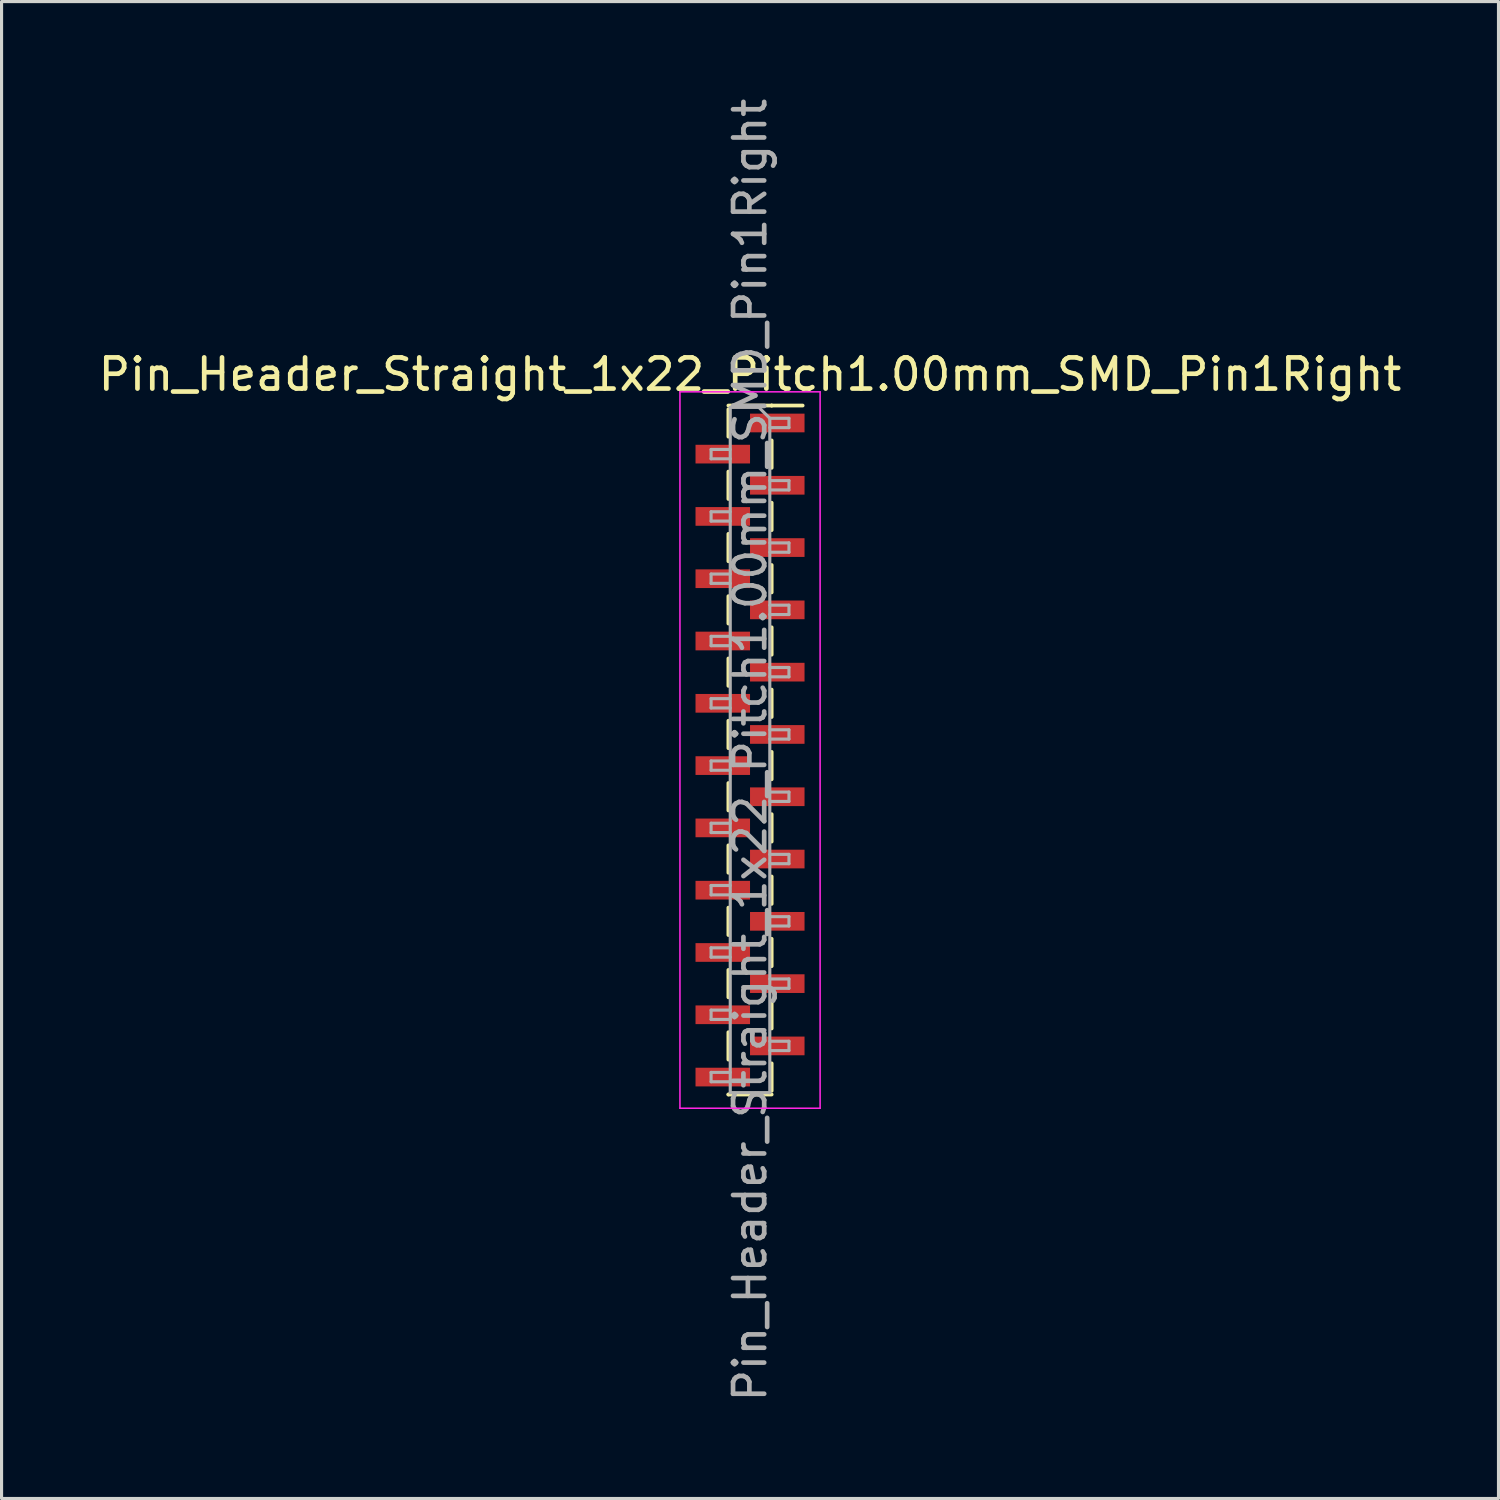
<source format=kicad_pcb>
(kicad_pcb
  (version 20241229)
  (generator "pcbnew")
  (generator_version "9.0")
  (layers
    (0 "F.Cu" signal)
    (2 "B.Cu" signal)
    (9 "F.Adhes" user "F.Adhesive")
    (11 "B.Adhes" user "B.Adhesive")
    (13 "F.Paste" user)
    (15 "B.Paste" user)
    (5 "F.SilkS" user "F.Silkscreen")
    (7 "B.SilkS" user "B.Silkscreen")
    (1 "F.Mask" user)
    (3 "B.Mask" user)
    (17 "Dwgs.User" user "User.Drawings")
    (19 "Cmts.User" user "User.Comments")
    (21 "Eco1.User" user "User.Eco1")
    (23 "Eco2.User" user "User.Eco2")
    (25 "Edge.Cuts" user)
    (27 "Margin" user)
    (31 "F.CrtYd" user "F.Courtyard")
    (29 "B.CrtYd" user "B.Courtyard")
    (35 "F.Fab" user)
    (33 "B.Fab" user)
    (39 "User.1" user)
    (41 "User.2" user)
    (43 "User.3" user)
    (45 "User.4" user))
  (footprint "Pin_Header_Straight_1x22_Pitch1.00mm_SMD_Pin1Right"
    (layer "F.Cu")
    (at 21.03 21.03)
    (property "Reference" "Pin_Header_Straight_1x22_Pitch1.00mm_SMD_Pin1Right" (at 0 -12.06 0) (layer "F.SilkS") (effects (font (size 1 1) (thickness 0.15))))
    (attr smd)
    (fp_line (start -0.695 -11.06) (end 0.695 -11.06) (stroke (width 0.12) (type solid)) (layer "F.SilkS"))
    (fp_line (start -0.695 -10.94) (end -0.695 -10.06) (stroke (width 0.12) (type solid)) (layer "F.SilkS"))
    (fp_line (start -0.695 -8.94) (end -0.695 -8.06) (stroke (width 0.12) (type solid)) (layer "F.SilkS"))
    (fp_line (start -0.695 -6.94) (end -0.695 -6.06) (stroke (width 0.12) (type solid)) (layer "F.SilkS"))
    (fp_line (start -0.695 -4.94) (end -0.695 -4.06) (stroke (width 0.12) (type solid)) (layer "F.SilkS"))
    (fp_line (start -0.695 -2.94) (end -0.695 -2.06) (stroke (width 0.12) (type solid)) (layer "F.SilkS"))
    (fp_line (start -0.695 -0.94) (end -0.695 -0.06) (stroke (width 0.12) (type solid)) (layer "F.SilkS"))
    (fp_line (start -0.695 1.06) (end -0.695 1.94) (stroke (width 0.12) (type solid)) (layer "F.SilkS"))
    (fp_line (start -0.695 3.06) (end -0.695 3.94) (stroke (width 0.12) (type solid)) (layer "F.SilkS"))
    (fp_line (start -0.695 5.06) (end -0.695 5.94) (stroke (width 0.12) (type solid)) (layer "F.SilkS"))
    (fp_line (start -0.695 7.06) (end -0.695 7.94) (stroke (width 0.12) (type solid)) (layer "F.SilkS"))
    (fp_line (start -0.695 9.06) (end -0.695 9.94) (stroke (width 0.12) (type solid)) (layer "F.SilkS"))
    (fp_line (start -0.695 11.06) (end -0.695 11.06) (stroke (width 0.12) (type solid)) (layer "F.SilkS"))
    (fp_line (start -0.695 11.06) (end 0.695 11.06) (stroke (width 0.12) (type solid)) (layer "F.SilkS"))
    (fp_line (start 0.695 -11.06) (end 0.695 -11.06) (stroke (width 0.12) (type solid)) (layer "F.SilkS"))
    (fp_line (start 0.695 -11.06) (end 1.69 -11.06) (stroke (width 0.12) (type solid)) (layer "F.SilkS"))
    (fp_line (start 0.695 -9.94) (end 0.695 -9.06) (stroke (width 0.12) (type solid)) (layer "F.SilkS"))
    (fp_line (start 0.695 -7.94) (end 0.695 -7.06) (stroke (width 0.12) (type solid)) (layer "F.SilkS"))
    (fp_line (start 0.695 -5.94) (end 0.695 -5.06) (stroke (width 0.12) (type solid)) (layer "F.SilkS"))
    (fp_line (start 0.695 -3.94) (end 0.695 -3.06) (stroke (width 0.12) (type solid)) (layer "F.SilkS"))
    (fp_line (start 0.695 -1.94) (end 0.695 -1.06) (stroke (width 0.12) (type solid)) (layer "F.SilkS"))
    (fp_line (start 0.695 0.06) (end 0.695 0.94) (stroke (width 0.12) (type solid)) (layer "F.SilkS"))
    (fp_line (start 0.695 2.06) (end 0.695 2.94) (stroke (width 0.12) (type solid)) (layer "F.SilkS"))
    (fp_line (start 0.695 4.06) (end 0.695 4.94) (stroke (width 0.12) (type solid)) (layer "F.SilkS"))
    (fp_line (start 0.695 6.06) (end 0.695 6.94) (stroke (width 0.12) (type solid)) (layer "F.SilkS"))
    (fp_line (start 0.695 8.06) (end 0.695 8.94) (stroke (width 0.12) (type solid)) (layer "F.SilkS"))
    (fp_line (start 0.695 10.06) (end 0.695 10.94) (stroke (width 0.12) (type solid)) (layer "F.SilkS"))
    (fp_line (start -2.25 -11.5) (end -2.25 11.5) (stroke (width 0.05) (type solid)) (layer "F.CrtYd"))
    (fp_line (start -2.25 11.5) (end 2.25 11.5) (stroke (width 0.05) (type solid)) (layer "F.CrtYd"))
    (fp_line (start 2.25 -11.5) (end -2.25 -11.5) (stroke (width 0.05) (type solid)) (layer "F.CrtYd"))
    (fp_line (start 2.25 11.5) (end 2.25 -11.5) (stroke (width 0.05) (type solid)) (layer "F.CrtYd"))
    (fp_line (start -1.25 -9.65) (end -1.25 -9.35) (stroke (width 0.1) (type solid)) (layer "F.Fab"))
    (fp_line (start -1.25 -9.35) (end -0.635 -9.35) (stroke (width 0.1) (type solid)) (layer "F.Fab"))
    (fp_line (start -1.25 -7.65) (end -1.25 -7.35) (stroke (width 0.1) (type solid)) (layer "F.Fab"))
    (fp_line (start -1.25 -7.35) (end -0.635 -7.35) (stroke (width 0.1) (type solid)) (layer "F.Fab"))
    (fp_line (start -1.25 -5.65) (end -1.25 -5.35) (stroke (width 0.1) (type solid)) (layer "F.Fab"))
    (fp_line (start -1.25 -5.35) (end -0.635 -5.35) (stroke (width 0.1) (type solid)) (layer "F.Fab"))
    (fp_line (start -1.25 -3.65) (end -1.25 -3.35) (stroke (width 0.1) (type solid)) (layer "F.Fab"))
    (fp_line (start -1.25 -3.35) (end -0.635 -3.35) (stroke (width 0.1) (type solid)) (layer "F.Fab"))
    (fp_line (start -1.25 -1.65) (end -1.25 -1.35) (stroke (width 0.1) (type solid)) (layer "F.Fab"))
    (fp_line (start -1.25 -1.35) (end -0.635 -1.35) (stroke (width 0.1) (type solid)) (layer "F.Fab"))
    (fp_line (start -1.25 0.35) (end -1.25 0.65) (stroke (width 0.1) (type solid)) (layer "F.Fab"))
    (fp_line (start -1.25 0.65) (end -0.635 0.65) (stroke (width 0.1) (type solid)) (layer "F.Fab"))
    (fp_line (start -1.25 2.35) (end -1.25 2.65) (stroke (width 0.1) (type solid)) (layer "F.Fab"))
    (fp_line (start -1.25 2.65) (end -0.635 2.65) (stroke (width 0.1) (type solid)) (layer "F.Fab"))
    (fp_line (start -1.25 4.35) (end -1.25 4.65) (stroke (width 0.1) (type solid)) (layer "F.Fab"))
    (fp_line (start -1.25 4.65) (end -0.635 4.65) (stroke (width 0.1) (type solid)) (layer "F.Fab"))
    (fp_line (start -1.25 6.35) (end -1.25 6.65) (stroke (width 0.1) (type solid)) (layer "F.Fab"))
    (fp_line (start -1.25 6.65) (end -0.635 6.65) (stroke (width 0.1) (type solid)) (layer "F.Fab"))
    (fp_line (start -1.25 8.35) (end -1.25 8.65) (stroke (width 0.1) (type solid)) (layer "F.Fab"))
    (fp_line (start -1.25 8.65) (end -0.635 8.65) (stroke (width 0.1) (type solid)) (layer "F.Fab"))
    (fp_line (start -1.25 10.35) (end -1.25 10.65) (stroke (width 0.1) (type solid)) (layer "F.Fab"))
    (fp_line (start -1.25 10.65) (end -0.635 10.65) (stroke (width 0.1) (type solid)) (layer "F.Fab"))
    (fp_line (start -0.635 -11) (end -0.635 11) (stroke (width 0.1) (type solid)) (layer "F.Fab"))
    (fp_line (start -0.635 -11) (end 0.285 -11) (stroke (width 0.1) (type solid)) (layer "F.Fab"))
    (fp_line (start -0.635 -9.65) (end -1.25 -9.65) (stroke (width 0.1) (type solid)) (layer "F.Fab"))
    (fp_line (start -0.635 -7.65) (end -1.25 -7.65) (stroke (width 0.1) (type solid)) (layer "F.Fab"))
    (fp_line (start -0.635 -5.65) (end -1.25 -5.65) (stroke (width 0.1) (type solid)) (layer "F.Fab"))
    (fp_line (start -0.635 -3.65) (end -1.25 -3.65) (stroke (width 0.1) (type solid)) (layer "F.Fab"))
    (fp_line (start -0.635 -1.65) (end -1.25 -1.65) (stroke (width 0.1) (type solid)) (layer "F.Fab"))
    (fp_line (start -0.635 0.35) (end -1.25 0.35) (stroke (width 0.1) (type solid)) (layer "F.Fab"))
    (fp_line (start -0.635 2.35) (end -1.25 2.35) (stroke (width 0.1) (type solid)) (layer "F.Fab"))
    (fp_line (start -0.635 4.35) (end -1.25 4.35) (stroke (width 0.1) (type solid)) (layer "F.Fab"))
    (fp_line (start -0.635 6.35) (end -1.25 6.35) (stroke (width 0.1) (type solid)) (layer "F.Fab"))
    (fp_line (start -0.635 8.35) (end -1.25 8.35) (stroke (width 0.1) (type solid)) (layer "F.Fab"))
    (fp_line (start -0.635 10.35) (end -1.25 10.35) (stroke (width 0.1) (type solid)) (layer "F.Fab"))
    (fp_line (start 0.635 -10.65) (end 0.285 -11) (stroke (width 0.1) (type solid)) (layer "F.Fab"))
    (fp_line (start 0.635 -10.65) (end 1.25 -10.65) (stroke (width 0.1) (type solid)) (layer "F.Fab"))
    (fp_line (start 0.635 -8.65) (end 1.25 -8.65) (stroke (width 0.1) (type solid)) (layer "F.Fab"))
    (fp_line (start 0.635 -6.65) (end 1.25 -6.65) (stroke (width 0.1) (type solid)) (layer "F.Fab"))
    (fp_line (start 0.635 -4.65) (end 1.25 -4.65) (stroke (width 0.1) (type solid)) (layer "F.Fab"))
    (fp_line (start 0.635 -2.65) (end 1.25 -2.65) (stroke (width 0.1) (type solid)) (layer "F.Fab"))
    (fp_line (start 0.635 -0.65) (end 1.25 -0.65) (stroke (width 0.1) (type solid)) (layer "F.Fab"))
    (fp_line (start 0.635 1.35) (end 1.25 1.35) (stroke (width 0.1) (type solid)) (layer "F.Fab"))
    (fp_line (start 0.635 3.35) (end 1.25 3.35) (stroke (width 0.1) (type solid)) (layer "F.Fab"))
    (fp_line (start 0.635 5.35) (end 1.25 5.35) (stroke (width 0.1) (type solid)) (layer "F.Fab"))
    (fp_line (start 0.635 7.35) (end 1.25 7.35) (stroke (width 0.1) (type solid)) (layer "F.Fab"))
    (fp_line (start 0.635 9.35) (end 1.25 9.35) (stroke (width 0.1) (type solid)) (layer "F.Fab"))
    (fp_line (start 0.635 11) (end -0.635 11) (stroke (width 0.1) (type solid)) (layer "F.Fab"))
    (fp_line (start 0.635 11) (end 0.635 -10.65) (stroke (width 0.1) (type solid)) (layer "F.Fab"))
    (fp_line (start 1.25 -10.65) (end 1.25 -10.35) (stroke (width 0.1) (type solid)) (layer "F.Fab"))
    (fp_line (start 1.25 -10.35) (end 0.635 -10.35) (stroke (width 0.1) (type solid)) (layer "F.Fab"))
    (fp_line (start 1.25 -8.65) (end 1.25 -8.35) (stroke (width 0.1) (type solid)) (layer "F.Fab"))
    (fp_line (start 1.25 -8.35) (end 0.635 -8.35) (stroke (width 0.1) (type solid)) (layer "F.Fab"))
    (fp_line (start 1.25 -6.65) (end 1.25 -6.35) (stroke (width 0.1) (type solid)) (layer "F.Fab"))
    (fp_line (start 1.25 -6.35) (end 0.635 -6.35) (stroke (width 0.1) (type solid)) (layer "F.Fab"))
    (fp_line (start 1.25 -4.65) (end 1.25 -4.35) (stroke (width 0.1) (type solid)) (layer "F.Fab"))
    (fp_line (start 1.25 -4.35) (end 0.635 -4.35) (stroke (width 0.1) (type solid)) (layer "F.Fab"))
    (fp_line (start 1.25 -2.65) (end 1.25 -2.35) (stroke (width 0.1) (type solid)) (layer "F.Fab"))
    (fp_line (start 1.25 -2.35) (end 0.635 -2.35) (stroke (width 0.1) (type solid)) (layer "F.Fab"))
    (fp_line (start 1.25 -0.65) (end 1.25 -0.35) (stroke (width 0.1) (type solid)) (layer "F.Fab"))
    (fp_line (start 1.25 -0.35) (end 0.635 -0.35) (stroke (width 0.1) (type solid)) (layer "F.Fab"))
    (fp_line (start 1.25 1.35) (end 1.25 1.65) (stroke (width 0.1) (type solid)) (layer "F.Fab"))
    (fp_line (start 1.25 1.65) (end 0.635 1.65) (stroke (width 0.1) (type solid)) (layer "F.Fab"))
    (fp_line (start 1.25 3.35) (end 1.25 3.65) (stroke (width 0.1) (type solid)) (layer "F.Fab"))
    (fp_line (start 1.25 3.65) (end 0.635 3.65) (stroke (width 0.1) (type solid)) (layer "F.Fab"))
    (fp_line (start 1.25 5.35) (end 1.25 5.65) (stroke (width 0.1) (type solid)) (layer "F.Fab"))
    (fp_line (start 1.25 5.65) (end 0.635 5.65) (stroke (width 0.1) (type solid)) (layer "F.Fab"))
    (fp_line (start 1.25 7.35) (end 1.25 7.65) (stroke (width 0.1) (type solid)) (layer "F.Fab"))
    (fp_line (start 1.25 7.65) (end 0.635 7.65) (stroke (width 0.1) (type solid)) (layer "F.Fab"))
    (fp_line (start 1.25 9.35) (end 1.25 9.65) (stroke (width 0.1) (type solid)) (layer "F.Fab"))
    (fp_line (start 1.25 9.65) (end 0.635 9.65) (stroke (width 0.1) (type solid)) (layer "F.Fab"))
    (fp_text user "${REFERENCE}" (at 0 0 90) (layer "F.Fab") (effects (font (size 1 1) (thickness 0.15))))
    (pad "1" smd rect (at 0.875 -10.5) (size 1.75 0.6) (layers "F.Cu" "F.Mask" "F.Paste"))
    (pad "2" smd rect (at -0.875 -9.5) (size 1.75 0.6) (layers "F.Cu" "F.Mask" "F.Paste"))
    (pad "3" smd rect (at 0.875 -8.5) (size 1.75 0.6) (layers "F.Cu" "F.Mask" "F.Paste"))
    (pad "4" smd rect (at -0.875 -7.5) (size 1.75 0.6) (layers "F.Cu" "F.Mask" "F.Paste"))
    (pad "5" smd rect (at 0.875 -6.5) (size 1.75 0.6) (layers "F.Cu" "F.Mask" "F.Paste"))
    (pad "6" smd rect (at -0.875 -5.5) (size 1.75 0.6) (layers "F.Cu" "F.Mask" "F.Paste"))
    (pad "7" smd rect (at 0.875 -4.5) (size 1.75 0.6) (layers "F.Cu" "F.Mask" "F.Paste"))
    (pad "8" smd rect (at -0.875 -3.5) (size 1.75 0.6) (layers "F.Cu" "F.Mask" "F.Paste"))
    (pad "9" smd rect (at 0.875 -2.5) (size 1.75 0.6) (layers "F.Cu" "F.Mask" "F.Paste"))
    (pad "10" smd rect (at -0.875 -1.5) (size 1.75 0.6) (layers "F.Cu" "F.Mask" "F.Paste"))
    (pad "11" smd rect (at 0.875 -0.5) (size 1.75 0.6) (layers "F.Cu" "F.Mask" "F.Paste"))
    (pad "12" smd rect (at -0.875 0.5) (size 1.75 0.6) (layers "F.Cu" "F.Mask" "F.Paste"))
    (pad "13" smd rect (at 0.875 1.5) (size 1.75 0.6) (layers "F.Cu" "F.Mask" "F.Paste"))
    (pad "14" smd rect (at -0.875 2.5) (size 1.75 0.6) (layers "F.Cu" "F.Mask" "F.Paste"))
    (pad "15" smd rect (at 0.875 3.5) (size 1.75 0.6) (layers "F.Cu" "F.Mask" "F.Paste"))
    (pad "16" smd rect (at -0.875 4.5) (size 1.75 0.6) (layers "F.Cu" "F.Mask" "F.Paste"))
    (pad "17" smd rect (at 0.875 5.5) (size 1.75 0.6) (layers "F.Cu" "F.Mask" "F.Paste"))
    (pad "18" smd rect (at -0.875 6.5) (size 1.75 0.6) (layers "F.Cu" "F.Mask" "F.Paste"))
    (pad "19" smd rect (at 0.875 7.5) (size 1.75 0.6) (layers "F.Cu" "F.Mask" "F.Paste"))
    (pad "20" smd rect (at -0.875 8.5) (size 1.75 0.6) (layers "F.Cu" "F.Mask" "F.Paste"))
    (pad "21" smd rect (at 0.875 9.5) (size 1.75 0.6) (layers "F.Cu" "F.Mask" "F.Paste"))
    (pad "22" smd rect (at -0.875 10.5) (size 1.75 0.6) (layers "F.Cu" "F.Mask" "F.Paste")))
  (gr_rect
    (start -3 -3)
    (end 45.06 45.06)
    (stroke (width 0.1) (type default))
    (fill no)
    (layer "Edge.Cuts")))
</source>
